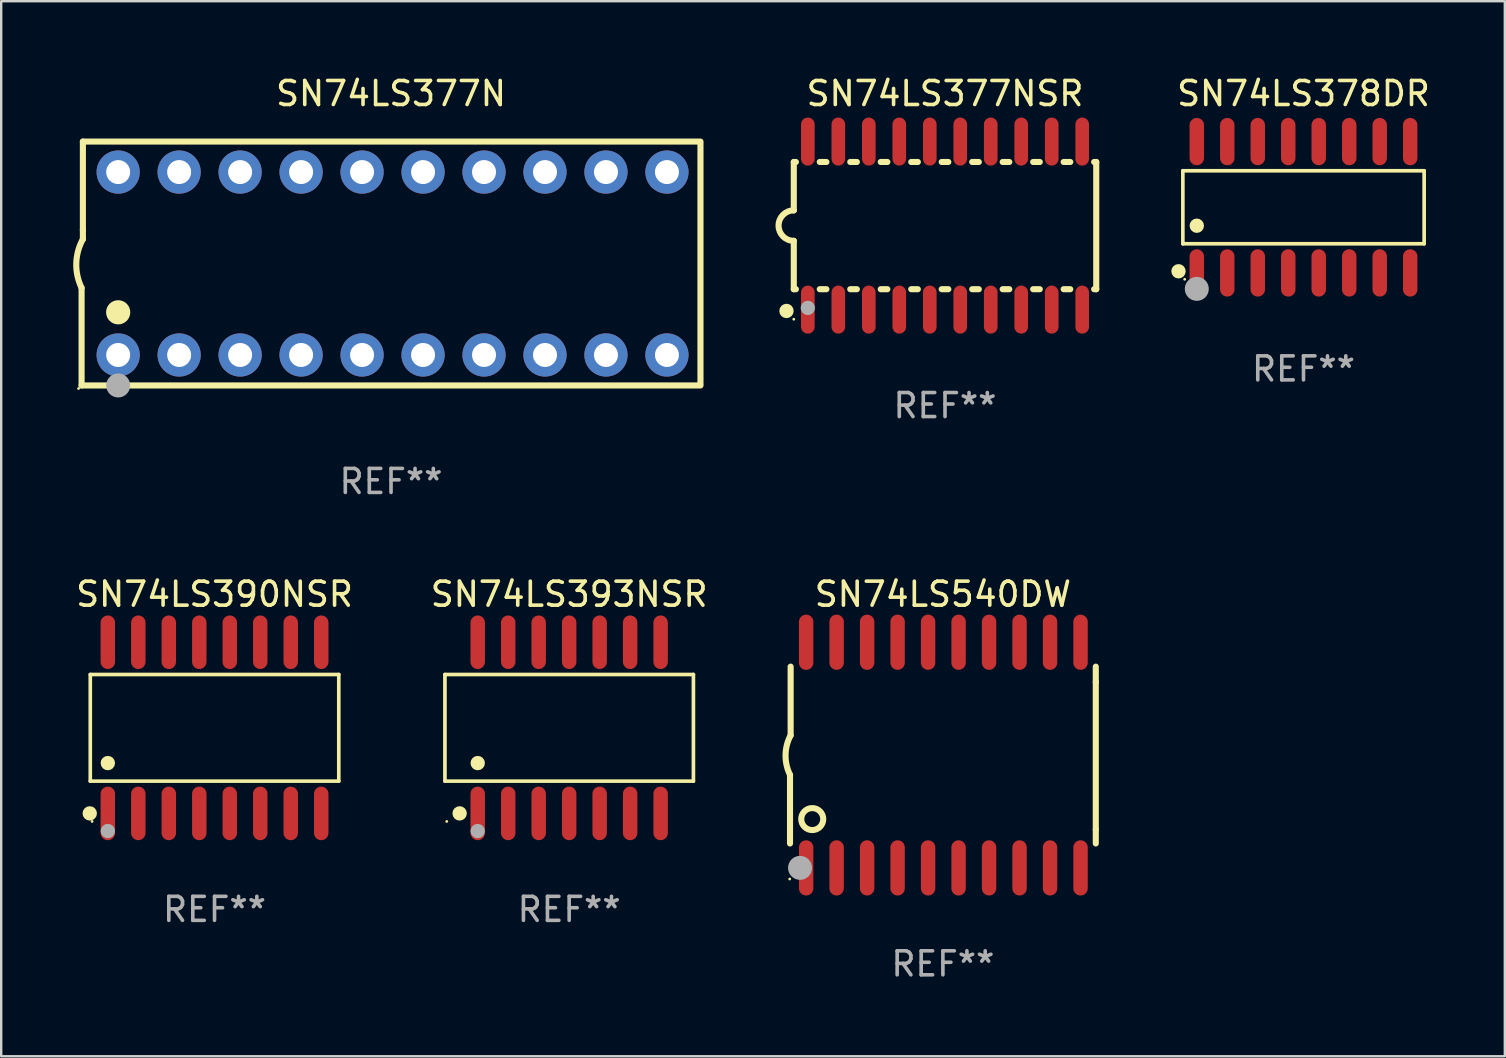
<source format=kicad_pcb>
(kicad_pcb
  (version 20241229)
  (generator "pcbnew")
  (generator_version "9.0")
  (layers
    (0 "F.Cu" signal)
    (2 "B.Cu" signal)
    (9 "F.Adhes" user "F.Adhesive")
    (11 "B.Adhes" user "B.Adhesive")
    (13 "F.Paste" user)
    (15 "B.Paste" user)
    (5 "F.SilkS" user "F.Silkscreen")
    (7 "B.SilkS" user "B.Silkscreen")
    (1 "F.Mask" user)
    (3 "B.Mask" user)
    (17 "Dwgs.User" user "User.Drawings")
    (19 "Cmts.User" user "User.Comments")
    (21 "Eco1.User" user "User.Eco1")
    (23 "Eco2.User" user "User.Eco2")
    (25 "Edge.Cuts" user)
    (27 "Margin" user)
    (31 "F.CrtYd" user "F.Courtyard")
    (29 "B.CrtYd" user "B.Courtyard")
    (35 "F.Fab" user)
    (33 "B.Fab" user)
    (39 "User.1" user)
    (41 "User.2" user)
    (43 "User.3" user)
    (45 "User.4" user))
  (footprint "SN74LS377N"
    (layer "F.Cu")
    (at 13.24 7.928)
    (property "Reference" "SN74LS377N" (at 0 -7.08 0) (layer "F.SilkS") (effects (font (size 1 1) (thickness 0.15))))
    (attr through_hole)
    (fp_line (start -12.891 5.08) (end -12.891 1.016) (stroke (width 0.254) (type solid)) (layer "F.SilkS"))
    (fp_line (start -12.891 5.08) (end 12.891 5.08) (stroke (width 0.254) (type solid)) (layer "F.SilkS"))
    (fp_line (start -12.837 -5.08) (end -12.837 -1.397) (stroke (width 0.254) (type solid)) (layer "F.SilkS"))
    (fp_line (start -12.837 -5.08) (end 12.891 -5.08) (stroke (width 0.254) (type solid)) (layer "F.SilkS"))
    (fp_line (start -12.837 -1.397) (end -12.837 -1.016) (stroke (width 0.254) (type solid)) (layer "F.SilkS"))
    (fp_line (start 12.891 -5) (end 12.891 5) (stroke (width 0.254) (type solid)) (layer "F.SilkS"))
    (fp_arc (start -12.890526 1.016002) (mid -13.111945 -0.006602) (end -12.836525 -1.016002) (stroke (width 0.254001) (type solid)) (layer "F.SilkS"))
    (fp_circle (center -13.018 5.207) (end -12.988 5.207) (stroke (width 0.06) (type solid)) (fill no) (layer "F.SilkS"))
    (fp_circle (center -11.367 2.032) (end -11.113 2.032) (stroke (width 0.5) (type solid)) (fill no) (layer "F.SilkS"))
    (fp_circle (center -11.367 5.08) (end -11.117 5.08) (stroke (width 0.5) (type solid)) (fill no) (layer "F.Fab"))
    (fp_text user "REF**" (at 0 9.08 0) (layer "F.Fab") (effects (font (size 1 1) (thickness 0.15))))
    (pad "1" thru_hole circle (at -11.367 3.81) (size 1.8 1.8) (drill 1) (layers "*.Cu" "*.Mask"))
    (pad "2" thru_hole circle (at -8.827 3.81) (size 1.8 1.8) (drill 1) (layers "*.Cu" "*.Mask"))
    (pad "3" thru_hole circle (at -6.287 3.81) (size 1.8 1.8) (drill 1) (layers "*.Cu" "*.Mask"))
    (pad "4" thru_hole circle (at -3.747 3.81) (size 1.8 1.8) (drill 1) (layers "*.Cu" "*.Mask"))
    (pad "5" thru_hole circle (at -1.207 3.81) (size 1.8 1.8) (drill 1) (layers "*.Cu" "*.Mask"))
    (pad "6" thru_hole circle (at 1.334 3.81) (size 1.8 1.8) (drill 1) (layers "*.Cu" "*.Mask"))
    (pad "7" thru_hole circle (at 3.874 3.81) (size 1.8 1.8) (drill 1) (layers "*.Cu" "*.Mask"))
    (pad "8" thru_hole circle (at 6.414 3.81) (size 1.8 1.8) (drill 1) (layers "*.Cu" "*.Mask"))
    (pad "9" thru_hole circle (at 8.954 3.81) (size 1.8 1.8) (drill 1) (layers "*.Cu" "*.Mask"))
    (pad "10" thru_hole circle (at 11.494 3.81) (size 1.8 1.8) (drill 1) (layers "*.Cu" "*.Mask"))
    (pad "11" thru_hole circle (at 11.494 -3.81) (size 1.8 1.8) (drill 1) (layers "*.Cu" "*.Mask"))
    (pad "12" thru_hole circle (at 8.954 -3.81) (size 1.8 1.8) (drill 1) (layers "*.Cu" "*.Mask"))
    (pad "13" thru_hole circle (at 6.414 -3.81) (size 1.8 1.8) (drill 1) (layers "*.Cu" "*.Mask"))
    (pad "14" thru_hole circle (at 3.874 -3.81) (size 1.8 1.8) (drill 1) (layers "*.Cu" "*.Mask"))
    (pad "15" thru_hole circle (at 1.334 -3.81) (size 1.8 1.8) (drill 1) (layers "*.Cu" "*.Mask"))
    (pad "16" thru_hole circle (at -1.207 -3.81) (size 1.8 1.8) (drill 1) (layers "*.Cu" "*.Mask"))
    (pad "17" thru_hole circle (at -3.747 -3.81) (size 1.8 1.8) (drill 1) (layers "*.Cu" "*.Mask"))
    (pad "18" thru_hole circle (at -6.287 -3.81) (size 1.8 1.8) (drill 1) (layers "*.Cu" "*.Mask"))
    (pad "19" thru_hole circle (at -8.827 -3.81) (size 1.8 1.8) (drill 1) (layers "*.Cu" "*.Mask"))
    (pad "20" thru_hole circle (at -11.367 -3.81) (size 1.8 1.8) (drill 1) (layers "*.Cu" "*.Mask")))
  (footprint "SN74LS390NSR"
    (layer "F.Cu")
    (at 5.887 27.27)
    (property "Reference" "SN74LS390NSR" (at 0 -5.565 0) (layer "F.SilkS") (effects (font (size 1 1) (thickness 0.15))))
    (attr through_hole)
    (fp_line (start -5.176 -2.221) (end 5.176 -2.221) (stroke (width 0.152) (type solid)) (layer "F.SilkS"))
    (fp_line (start -5.176 2.221) (end -5.176 -2.221) (stroke (width 0.152) (type solid)) (layer "F.SilkS"))
    (fp_line (start 5.176 -2.221) (end 5.176 2.221) (stroke (width 0.152) (type solid)) (layer "F.SilkS"))
    (fp_line (start 5.176 2.221) (end -5.176 2.221) (stroke (width 0.152) (type solid)) (layer "F.SilkS"))
    (fp_circle (center -5.198 3.565) (end -5.048 3.565) (stroke (width 0.3) (type solid)) (fill no) (layer "F.SilkS"))
    (fp_circle (center -5.1 3.9) (end -5.07 3.9) (stroke (width 0.06) (type solid)) (fill no) (layer "F.SilkS"))
    (fp_circle (center -4.445 1.469) (end -4.295 1.469) (stroke (width 0.3) (type solid)) (fill no) (layer "F.SilkS"))
    (fp_circle (center -4.445 4.3) (end -4.295 4.3) (stroke (width 0.3) (type solid)) (fill no) (layer "F.Fab"))
    (fp_text user "REF**" (at 0 7.565 0) (layer "F.Fab") (effects (font (size 1 1) (thickness 0.15))))
    (pad "1" smd oval (at -4.445 3.565) (size 0.602 2.231) (layers "F.Cu" "F.Mask" "F.Paste"))
    (pad "2" smd oval (at -3.175 3.565) (size 0.602 2.231) (layers "F.Cu" "F.Mask" "F.Paste"))
    (pad "3" smd oval (at -1.905 3.565) (size 0.602 2.231) (layers "F.Cu" "F.Mask" "F.Paste"))
    (pad "4" smd oval (at -0.635 3.565) (size 0.602 2.231) (layers "F.Cu" "F.Mask" "F.Paste"))
    (pad "5" smd oval (at 0.635 3.565) (size 0.602 2.231) (layers "F.Cu" "F.Mask" "F.Paste"))
    (pad "6" smd oval (at 1.905 3.565) (size 0.602 2.231) (layers "F.Cu" "F.Mask" "F.Paste"))
    (pad "7" smd oval (at 3.175 3.565) (size 0.602 2.231) (layers "F.Cu" "F.Mask" "F.Paste"))
    (pad "8" smd oval (at 4.445 3.565) (size 0.602 2.231) (layers "F.Cu" "F.Mask" "F.Paste"))
    (pad "9" smd oval (at 4.445 -3.565) (size 0.602 2.231) (layers "F.Cu" "F.Mask" "F.Paste"))
    (pad "10" smd oval (at 3.175 -3.565) (size 0.602 2.231) (layers "F.Cu" "F.Mask" "F.Paste"))
    (pad "11" smd oval (at 1.905 -3.565) (size 0.602 2.231) (layers "F.Cu" "F.Mask" "F.Paste"))
    (pad "12" smd oval (at 0.635 -3.565) (size 0.602 2.231) (layers "F.Cu" "F.Mask" "F.Paste"))
    (pad "13" smd oval (at -0.635 -3.565) (size 0.602 2.231) (layers "F.Cu" "F.Mask" "F.Paste"))
    (pad "14" smd oval (at -1.905 -3.565) (size 0.602 2.231) (layers "F.Cu" "F.Mask" "F.Paste"))
    (pad "15" smd oval (at -3.175 -3.565) (size 0.602 2.231) (layers "F.Cu" "F.Mask" "F.Paste"))
    (pad "16" smd oval (at -4.445 -3.565) (size 0.602 2.231) (layers "F.Cu" "F.Mask" "F.Paste")))
  (footprint "SN74LS393NSR"
    (layer "F.Cu")
    (at 20.661 27.27)
    (property "Reference" "SN74LS393NSR" (at 0 -5.565 0) (layer "F.SilkS") (effects (font (size 1 1) (thickness 0.15))))
    (attr through_hole)
    (fp_line (start -5.176 -2.221) (end 5.176 -2.221) (stroke (width 0.152) (type solid)) (layer "F.SilkS"))
    (fp_line (start -5.176 2.221) (end -5.176 -2.221) (stroke (width 0.152) (type solid)) (layer "F.SilkS"))
    (fp_line (start 5.176 -2.221) (end 5.176 2.221) (stroke (width 0.152) (type solid)) (layer "F.SilkS"))
    (fp_line (start 5.176 2.221) (end -5.176 2.221) (stroke (width 0.152) (type solid)) (layer "F.SilkS"))
    (fp_circle (center -5.1 3.9) (end -5.07 3.9) (stroke (width 0.06) (type solid)) (fill no) (layer "F.SilkS"))
    (fp_circle (center -4.563 3.565) (end -4.413 3.565) (stroke (width 0.3) (type solid)) (fill no) (layer "F.SilkS"))
    (fp_circle (center -3.81 1.469) (end -3.66 1.469) (stroke (width 0.3) (type solid)) (fill no) (layer "F.SilkS"))
    (fp_circle (center -3.81 4.3) (end -3.66 4.3) (stroke (width 0.3) (type solid)) (fill no) (layer "F.Fab"))
    (fp_text user "REF**" (at 0 7.565 0) (layer "F.Fab") (effects (font (size 1 1) (thickness 0.15))))
    (pad "1" smd oval (at -3.81 3.565) (size 0.602 2.231) (layers "F.Cu" "F.Mask" "F.Paste"))
    (pad "2" smd oval (at -2.54 3.565) (size 0.602 2.231) (layers "F.Cu" "F.Mask" "F.Paste"))
    (pad "3" smd oval (at -1.27 3.565) (size 0.602 2.231) (layers "F.Cu" "F.Mask" "F.Paste"))
    (pad "4" smd oval (at 0 3.565) (size 0.602 2.231) (layers "F.Cu" "F.Mask" "F.Paste"))
    (pad "5" smd oval (at 1.27 3.565) (size 0.602 2.231) (layers "F.Cu" "F.Mask" "F.Paste"))
    (pad "6" smd oval (at 2.54 3.565) (size 0.602 2.231) (layers "F.Cu" "F.Mask" "F.Paste"))
    (pad "7" smd oval (at 3.81 3.565) (size 0.602 2.231) (layers "F.Cu" "F.Mask" "F.Paste"))
    (pad "8" smd oval (at 3.81 -3.565) (size 0.602 2.231) (layers "F.Cu" "F.Mask" "F.Paste"))
    (pad "9" smd oval (at 2.54 -3.565) (size 0.602 2.231) (layers "F.Cu" "F.Mask" "F.Paste"))
    (pad "10" smd oval (at 1.27 -3.565) (size 0.602 2.231) (layers "F.Cu" "F.Mask" "F.Paste"))
    (pad "11" smd oval (at 0 -3.565) (size 0.602 2.231) (layers "F.Cu" "F.Mask" "F.Paste"))
    (pad "12" smd oval (at -1.27 -3.565) (size 0.602 2.231) (layers "F.Cu" "F.Mask" "F.Paste"))
    (pad "13" smd oval (at -2.54 -3.565) (size 0.602 2.231) (layers "F.Cu" "F.Mask" "F.Paste"))
    (pad "14" smd oval (at -3.81 -3.565) (size 0.602 2.231) (layers "F.Cu" "F.Mask" "F.Paste")))
  (footprint "SN74LS378DR"
    (layer "F.Cu")
    (at 51.252 5.584)
    (property "Reference" "SN74LS378DR" (at 0 -4.736 0) (layer "F.SilkS") (effects (font (size 1 1) (thickness 0.15))))
    (attr through_hole)
    (fp_line (start -5.026 -1.521) (end 5.026 -1.521) (stroke (width 0.152) (type solid)) (layer "F.SilkS"))
    (fp_line (start -5.026 1.521) (end -5.026 -1.521) (stroke (width 0.152) (type solid)) (layer "F.SilkS"))
    (fp_line (start 5.026 -1.521) (end 5.026 1.521) (stroke (width 0.152) (type solid)) (layer "F.SilkS"))
    (fp_line (start 5.026 1.521) (end -5.026 1.521) (stroke (width 0.152) (type solid)) (layer "F.SilkS"))
    (fp_circle (center -5.207 2.667) (end -5.057 2.667) (stroke (width 0.3) (type solid)) (fill no) (layer "F.SilkS"))
    (fp_circle (center -4.95 3) (end -4.92 3) (stroke (width 0.06) (type solid)) (fill no) (layer "F.SilkS"))
    (fp_circle (center -4.445 0.769) (end -4.295 0.769) (stroke (width 0.3) (type solid)) (fill no) (layer "F.SilkS"))
    (fp_circle (center -4.445 3.4) (end -4.195 3.4) (stroke (width 0.5) (type solid)) (fill no) (layer "F.Fab"))
    (fp_text user "REF**" (at 0 6.736 0) (layer "F.Fab") (effects (font (size 1 1) (thickness 0.15))))
    (pad "1" smd oval (at -4.445 2.736) (size 0.602 1.971) (layers "F.Cu" "F.Mask" "F.Paste"))
    (pad "2" smd oval (at -3.175 2.736) (size 0.602 1.971) (layers "F.Cu" "F.Mask" "F.Paste"))
    (pad "3" smd oval (at -1.905 2.736) (size 0.602 1.971) (layers "F.Cu" "F.Mask" "F.Paste"))
    (pad "4" smd oval (at -0.635 2.736) (size 0.602 1.971) (layers "F.Cu" "F.Mask" "F.Paste"))
    (pad "5" smd oval (at 0.635 2.736) (size 0.602 1.971) (layers "F.Cu" "F.Mask" "F.Paste"))
    (pad "6" smd oval (at 1.905 2.736) (size 0.602 1.971) (layers "F.Cu" "F.Mask" "F.Paste"))
    (pad "7" smd oval (at 3.175 2.736) (size 0.602 1.971) (layers "F.Cu" "F.Mask" "F.Paste"))
    (pad "8" smd oval (at 4.445 2.736) (size 0.602 1.971) (layers "F.Cu" "F.Mask" "F.Paste"))
    (pad "9" smd oval (at 4.445 -2.736) (size 0.602 1.971) (layers "F.Cu" "F.Mask" "F.Paste"))
    (pad "10" smd oval (at 3.175 -2.736) (size 0.602 1.971) (layers "F.Cu" "F.Mask" "F.Paste"))
    (pad "11" smd oval (at 1.905 -2.736) (size 0.602 1.971) (layers "F.Cu" "F.Mask" "F.Paste"))
    (pad "12" smd oval (at 0.635 -2.736) (size 0.602 1.971) (layers "F.Cu" "F.Mask" "F.Paste"))
    (pad "13" smd oval (at -0.635 -2.736) (size 0.602 1.971) (layers "F.Cu" "F.Mask" "F.Paste"))
    (pad "14" smd oval (at -1.905 -2.736) (size 0.602 1.971) (layers "F.Cu" "F.Mask" "F.Paste"))
    (pad "15" smd oval (at -3.175 -2.736) (size 0.602 1.971) (layers "F.Cu" "F.Mask" "F.Paste"))
    (pad "16" smd oval (at -4.445 -2.736) (size 0.602 1.971) (layers "F.Cu" "F.Mask" "F.Paste")))
  (footprint "SN74LS540DW"
    (layer "F.Cu")
    (at 36.23 28.405)
    (property "Reference" "SN74LS540DW" (at 0 -6.7 0) (layer "F.SilkS") (effects (font (size 1 1) (thickness 0.15))))
    (attr through_hole)
    (fp_line (start -6.369 0.826) (end -6.369 3.683) (stroke (width 0.254) (type solid)) (layer "F.SilkS"))
    (fp_line (start -6.343 -0.825) (end -6.343 -3.683) (stroke (width 0.254) (type solid)) (layer "F.SilkS"))
    (fp_line (start 6.369 -3.048) (end 6.369 -3.683) (stroke (width 0.254) (type solid)) (layer "F.SilkS"))
    (fp_line (start 6.369 -3.048) (end 6.369 3.096) (stroke (width 0.254) (type solid)) (layer "F.SilkS"))
    (fp_line (start 6.369 3.096) (end 6.369 3.683) (stroke (width 0.254) (type solid)) (layer "F.SilkS"))
    (fp_arc (start -6.36853 0.825552) (mid -6.554743 -0.00301) (end -6.343129 -0.825451) (stroke (width 0.254001) (type solid)) (layer "F.SilkS"))
    (fp_circle (center -6.382 5.163) (end -6.352 5.163) (stroke (width 0.06) (type solid)) (fill no) (layer "F.SilkS"))
    (fp_circle (center -5.443 2.667) (end -4.985 2.667) (stroke (width 0.254) (type solid)) (fill no) (layer "F.SilkS"))
    (fp_circle (center -5.951 4.699) (end -5.701 4.699) (stroke (width 0.5) (type solid)) (fill no) (layer "F.Fab"))
    (fp_text user "REF**" (at 0 8.7 0) (layer "F.Fab") (effects (font (size 1 1) (thickness 0.15))))
    (pad "1" smd oval (at -5.697 4.7 180) (size 0.6 2.3) (layers "F.Cu" "F.Mask" "F.Paste"))
    (pad "2" smd oval (at -4.427 4.7 180) (size 0.6 2.3) (layers "F.Cu" "F.Mask" "F.Paste"))
    (pad "3" smd oval (at -3.157 4.7 180) (size 0.6 2.3) (layers "F.Cu" "F.Mask" "F.Paste"))
    (pad "4" smd oval (at -1.887 4.7 180) (size 0.6 2.3) (layers "F.Cu" "F.Mask" "F.Paste"))
    (pad "5" smd oval (at -0.617 4.7 180) (size 0.6 2.3) (layers "F.Cu" "F.Mask" "F.Paste"))
    (pad "6" smd oval (at 0.653 4.7 180) (size 0.6 2.3) (layers "F.Cu" "F.Mask" "F.Paste"))
    (pad "7" smd oval (at 1.923 4.7 180) (size 0.6 2.3) (layers "F.Cu" "F.Mask" "F.Paste"))
    (pad "8" smd oval (at 3.193 4.7 180) (size 0.6 2.3) (layers "F.Cu" "F.Mask" "F.Paste"))
    (pad "9" smd oval (at 4.463 4.7 180) (size 0.6 2.3) (layers "F.Cu" "F.Mask" "F.Paste"))
    (pad "10" smd oval (at 5.734 4.7 180) (size 0.6 2.3) (layers "F.Cu" "F.Mask" "F.Paste"))
    (pad "11" smd oval (at 5.734 -4.7 180) (size 0.6 2.3) (layers "F.Cu" "F.Mask" "F.Paste"))
    (pad "12" smd oval (at 4.463 -4.7 180) (size 0.6 2.3) (layers "F.Cu" "F.Mask" "F.Paste"))
    (pad "13" smd oval (at 3.193 -4.7 180) (size 0.6 2.3) (layers "F.Cu" "F.Mask" "F.Paste"))
    (pad "14" smd oval (at 1.923 -4.7 180) (size 0.6 2.3) (layers "F.Cu" "F.Mask" "F.Paste"))
    (pad "15" smd oval (at 0.653 -4.7 180) (size 0.6 2.3) (layers "F.Cu" "F.Mask" "F.Paste"))
    (pad "16" smd oval (at -0.617 -4.7 180) (size 0.6 2.3) (layers "F.Cu" "F.Mask" "F.Paste"))
    (pad "17" smd oval (at -1.887 -4.7 180) (size 0.6 2.3) (layers "F.Cu" "F.Mask" "F.Paste"))
    (pad "18" smd oval (at -3.157 -4.7 180) (size 0.6 2.3) (layers "F.Cu" "F.Mask" "F.Paste"))
    (pad "19" smd oval (at -4.427 -4.7 180) (size 0.6 2.3) (layers "F.Cu" "F.Mask" "F.Paste"))
    (pad "20" smd oval (at -5.697 -4.7 180) (size 0.6 2.3) (layers "F.Cu" "F.Mask" "F.Paste")))
  (footprint "SN74LS377NSR"
    (layer "F.Cu")
    (at 36.318 6.348)
    (property "Reference" "SN74LS377NSR" (at 0 -5.5 0) (layer "F.SilkS") (effects (font (size 1 1) (thickness 0.15))))
    (attr through_hole)
    (fp_line (start -6.3 -2.65) (end -6.3 -0.635) (stroke (width 0.254) (type solid)) (layer "F.SilkS"))
    (fp_line (start -6.3 -2.65) (end -6.212 -2.65) (stroke (width 0.254) (type solid)) (layer "F.SilkS"))
    (fp_line (start -6.3 2.65) (end -6.3 0.635) (stroke (width 0.254) (type solid)) (layer "F.SilkS"))
    (fp_line (start -6.3 2.65) (end -6.212 2.65) (stroke (width 0.254) (type solid)) (layer "F.SilkS"))
    (fp_line (start -5.218 -2.65) (end -4.942 -2.65) (stroke (width 0.254) (type solid)) (layer "F.SilkS"))
    (fp_line (start -5.218 2.65) (end -4.942 2.65) (stroke (width 0.254) (type solid)) (layer "F.SilkS"))
    (fp_line (start -3.948 -2.65) (end -3.672 -2.65) (stroke (width 0.254) (type solid)) (layer "F.SilkS"))
    (fp_line (start -3.948 2.65) (end -3.672 2.65) (stroke (width 0.254) (type solid)) (layer "F.SilkS"))
    (fp_line (start -2.678 -2.65) (end -2.402 -2.65) (stroke (width 0.254) (type solid)) (layer "F.SilkS"))
    (fp_line (start -2.678 2.65) (end -2.402 2.65) (stroke (width 0.254) (type solid)) (layer "F.SilkS"))
    (fp_line (start -1.408 -2.65) (end -1.132 -2.65) (stroke (width 0.254) (type solid)) (layer "F.SilkS"))
    (fp_line (start -1.408 2.65) (end -1.132 2.65) (stroke (width 0.254) (type solid)) (layer "F.SilkS"))
    (fp_line (start -0.138 -2.65) (end 0.138 -2.65) (stroke (width 0.254) (type solid)) (layer "F.SilkS"))
    (fp_line (start -0.138 2.65) (end 0.138 2.65) (stroke (width 0.254) (type solid)) (layer "F.SilkS"))
    (fp_line (start 1.132 -2.65) (end 1.408 -2.65) (stroke (width 0.254) (type solid)) (layer "F.SilkS"))
    (fp_line (start 1.132 2.65) (end 1.408 2.65) (stroke (width 0.254) (type solid)) (layer "F.SilkS"))
    (fp_line (start 2.402 -2.65) (end 2.678 -2.65) (stroke (width 0.254) (type solid)) (layer "F.SilkS"))
    (fp_line (start 2.402 2.65) (end 2.678 2.65) (stroke (width 0.254) (type solid)) (layer "F.SilkS"))
    (fp_line (start 3.672 -2.65) (end 3.948 -2.65) (stroke (width 0.254) (type solid)) (layer "F.SilkS"))
    (fp_line (start 3.672 2.65) (end 3.948 2.65) (stroke (width 0.254) (type solid)) (layer "F.SilkS"))
    (fp_line (start 4.942 -2.65) (end 5.218 -2.65) (stroke (width 0.254) (type solid)) (layer "F.SilkS"))
    (fp_line (start 4.942 2.65) (end 5.218 2.65) (stroke (width 0.254) (type solid)) (layer "F.SilkS"))
    (fp_line (start 6.212 -2.65) (end 6.3 -2.65) (stroke (width 0.254) (type solid)) (layer "F.SilkS"))
    (fp_line (start 6.212 2.65) (end 6.3 2.65) (stroke (width 0.254) (type solid)) (layer "F.SilkS"))
    (fp_line (start 6.3 -2.65) (end 6.3 2.65) (stroke (width 0.254) (type solid)) (layer "F.SilkS"))
    (fp_arc (start -6.299975 0.634874) (mid -6.933579 0.000127) (end -6.299213 -0.633858) (stroke (width 0.254001) (type solid)) (layer "F.SilkS"))
    (fp_circle (center -6.604 3.556) (end -6.454 3.556) (stroke (width 0.3) (type solid)) (fill no) (layer "F.SilkS"))
    (fp_circle (center -6.3 3.9) (end -6.27 3.9) (stroke (width 0.06) (type solid)) (fill no) (layer "F.SilkS"))
    (fp_circle (center -5.715 3.429) (end -5.565 3.429) (stroke (width 0.3) (type solid)) (fill no) (layer "F.Fab"))
    (fp_text user "REF**" (at 0 7.5 0) (layer "F.Fab") (effects (font (size 1 1) (thickness 0.15))))
    (pad "1" smd oval (at -5.715 3.5) (size 0.568 2) (layers "F.Cu" "F.Mask" "F.Paste"))
    (pad "2" smd oval (at -4.445 3.5) (size 0.568 2) (layers "F.Cu" "F.Mask" "F.Paste"))
    (pad "3" smd oval (at -3.175 3.5) (size 0.568 2) (layers "F.Cu" "F.Mask" "F.Paste"))
    (pad "4" smd oval (at -1.905 3.5) (size 0.568 2) (layers "F.Cu" "F.Mask" "F.Paste"))
    (pad "5" smd oval (at -0.635 3.5) (size 0.568 2) (layers "F.Cu" "F.Mask" "F.Paste"))
    (pad "6" smd oval (at 0.635 3.5) (size 0.568 2) (layers "F.Cu" "F.Mask" "F.Paste"))
    (pad "7" smd oval (at 1.905 3.5) (size 0.568 2) (layers "F.Cu" "F.Mask" "F.Paste"))
    (pad "8" smd oval (at 3.175 3.5) (size 0.568 2) (layers "F.Cu" "F.Mask" "F.Paste"))
    (pad "9" smd oval (at 4.445 3.5) (size 0.568 2) (layers "F.Cu" "F.Mask" "F.Paste"))
    (pad "10" smd oval (at 5.715 3.5) (size 0.568 2) (layers "F.Cu" "F.Mask" "F.Paste"))
    (pad "11" smd oval (at 5.715 -3.5) (size 0.568 2) (layers "F.Cu" "F.Mask" "F.Paste"))
    (pad "12" smd oval (at 4.445 -3.5) (size 0.568 2) (layers "F.Cu" "F.Mask" "F.Paste"))
    (pad "13" smd oval (at 3.175 -3.5) (size 0.568 2) (layers "F.Cu" "F.Mask" "F.Paste"))
    (pad "14" smd oval (at 1.905 -3.5) (size 0.568 2) (layers "F.Cu" "F.Mask" "F.Paste"))
    (pad "15" smd oval (at 0.635 -3.5) (size 0.568 2) (layers "F.Cu" "F.Mask" "F.Paste"))
    (pad "16" smd oval (at -0.635 -3.5) (size 0.568 2) (layers "F.Cu" "F.Mask" "F.Paste"))
    (pad "17" smd oval (at -1.905 -3.5) (size 0.568 2) (layers "F.Cu" "F.Mask" "F.Paste"))
    (pad "18" smd oval (at -3.175 -3.5) (size 0.568 2) (layers "F.Cu" "F.Mask" "F.Paste"))
    (pad "19" smd oval (at -4.445 -3.5) (size 0.568 2) (layers "F.Cu" "F.Mask" "F.Paste"))
    (pad "20" smd oval (at -5.715 -3.5) (size 0.568 2) (layers "F.Cu" "F.Mask" "F.Paste")))
  (gr_rect
    (start -3 -3)
    (end 59.639 40.953)
    (stroke (width 0.1) (type default))
    (fill no)
    (layer "Edge.Cuts")))
</source>
